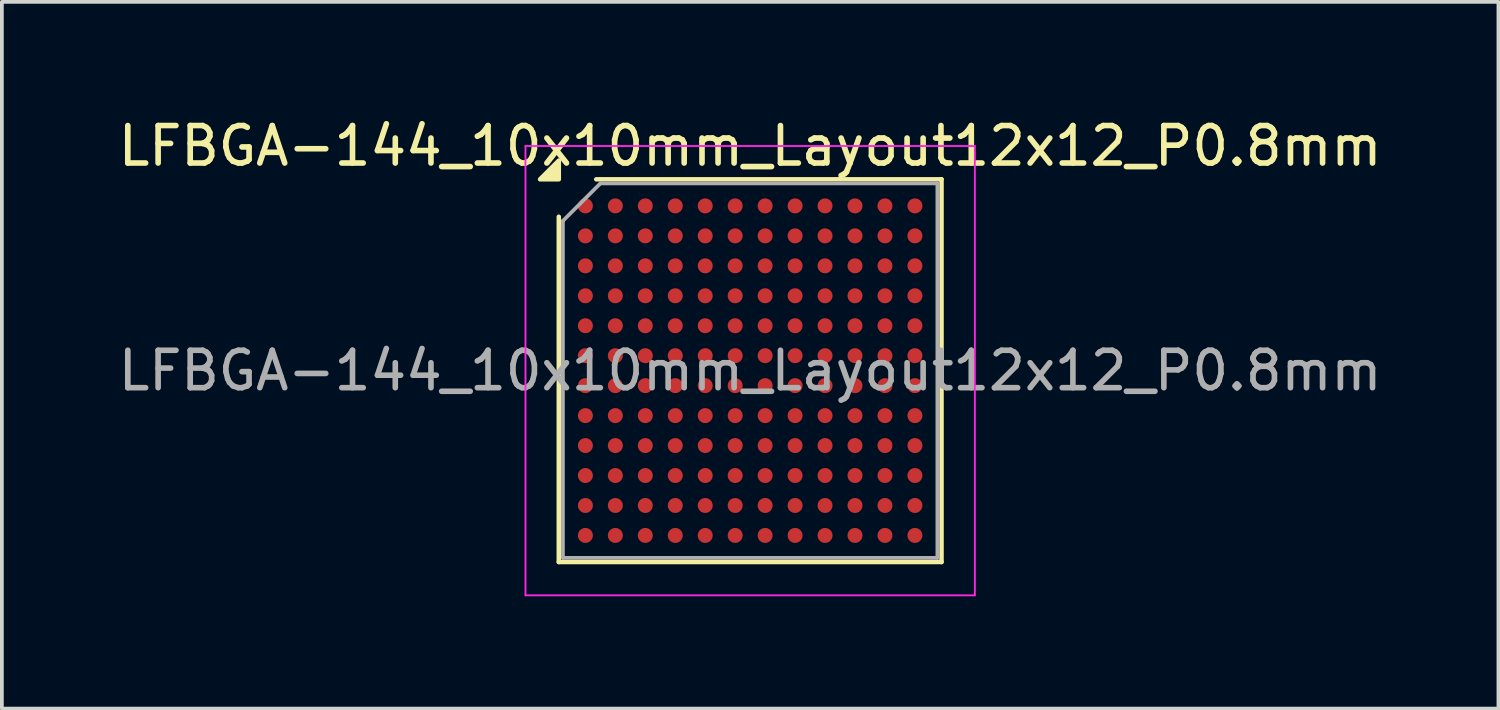
<source format=kicad_pcb>
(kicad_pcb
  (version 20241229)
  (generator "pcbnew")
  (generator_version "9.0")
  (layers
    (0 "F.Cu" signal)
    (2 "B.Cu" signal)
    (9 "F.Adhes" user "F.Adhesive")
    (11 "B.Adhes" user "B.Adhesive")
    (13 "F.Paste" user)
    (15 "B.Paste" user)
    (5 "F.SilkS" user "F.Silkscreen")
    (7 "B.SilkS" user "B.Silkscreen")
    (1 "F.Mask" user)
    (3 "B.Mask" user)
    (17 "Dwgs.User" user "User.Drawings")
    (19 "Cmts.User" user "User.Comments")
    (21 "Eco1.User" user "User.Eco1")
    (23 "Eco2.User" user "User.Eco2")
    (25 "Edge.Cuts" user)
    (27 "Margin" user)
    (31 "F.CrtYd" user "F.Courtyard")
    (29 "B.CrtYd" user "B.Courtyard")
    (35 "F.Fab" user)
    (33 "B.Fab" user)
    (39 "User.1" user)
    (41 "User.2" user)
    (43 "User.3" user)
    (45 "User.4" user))
  (footprint "LFBGA-144_10x10mm_Layout12x12_P0.8mm"
    (layer "F.Cu")
    (at 16.982 6.848)
    (property "Reference" "LFBGA-144_10x10mm_Layout12x12_P0.8mm" (at 0 -6 0) (layer "F.SilkS") (effects (font (size 1 1) (thickness 0.15))))
    (attr smd)
    (fp_line (start -5.11 5.11) (end -5.11 -4.11) (stroke (width 0.12) (type solid)) (layer "F.SilkS"))
    (fp_line (start -4.11 -5.11) (end 5.11 -5.11) (stroke (width 0.12) (type solid)) (layer "F.SilkS"))
    (fp_line (start 5.11 -5.11) (end 5.11 5.11) (stroke (width 0.12) (type solid)) (layer "F.SilkS"))
    (fp_line (start 5.11 5.11) (end -5.11 5.11) (stroke (width 0.12) (type solid)) (layer "F.SilkS"))
    (fp_poly (pts (xy -5.11 -5.11) (xy -5.61 -5.11) (xy -5.11 -5.61) (xy -5.11 -5.11)) (stroke (width 0.12) (type solid)) (fill yes) (layer "F.SilkS"))
    (fp_line (start -6 -6) (end -6 6) (stroke (width 0.05) (type solid)) (layer "F.CrtYd"))
    (fp_line (start -6 6) (end 6 6) (stroke (width 0.05) (type solid)) (layer "F.CrtYd"))
    (fp_line (start 6 -6) (end -6 -6) (stroke (width 0.05) (type solid)) (layer "F.CrtYd"))
    (fp_line (start 6 6) (end 6 -6) (stroke (width 0.05) (type solid)) (layer "F.CrtYd"))
    (fp_line (start -5 -4) (end -4 -5) (stroke (width 0.1) (type solid)) (layer "F.Fab"))
    (fp_line (start -5 5) (end -5 -4) (stroke (width 0.1) (type solid)) (layer "F.Fab"))
    (fp_line (start -4 -5) (end 5 -5) (stroke (width 0.1) (type solid)) (layer "F.Fab"))
    (fp_line (start 5 -5) (end 5 5) (stroke (width 0.1) (type solid)) (layer "F.Fab"))
    (fp_line (start 5 5) (end -5 5) (stroke (width 0.1) (type solid)) (layer "F.Fab"))
    (fp_text user "${REFERENCE}" (at 0 0 0) (layer "F.Fab") (effects (font (size 1 1) (thickness 0.15))))
    (pad "A1" smd circle (at -4.4 -4.4) (size 0.4 0.4) (property pad_prop_bga) (layers "F.Cu" "F.Mask" "F.Paste"))
    (pad "A2" smd circle (at -3.6 -4.4) (size 0.4 0.4) (property pad_prop_bga) (layers "F.Cu" "F.Mask" "F.Paste"))
    (pad "A3" smd circle (at -2.8 -4.4) (size 0.4 0.4) (property pad_prop_bga) (layers "F.Cu" "F.Mask" "F.Paste"))
    (pad "A4" smd circle (at -2 -4.4) (size 0.4 0.4) (property pad_prop_bga) (layers "F.Cu" "F.Mask" "F.Paste"))
    (pad "A5" smd circle (at -1.2 -4.4) (size 0.4 0.4) (property pad_prop_bga) (layers "F.Cu" "F.Mask" "F.Paste"))
    (pad "A6" smd circle (at -0.4 -4.4) (size 0.4 0.4) (property pad_prop_bga) (layers "F.Cu" "F.Mask" "F.Paste"))
    (pad "A7" smd circle (at 0.4 -4.4) (size 0.4 0.4) (property pad_prop_bga) (layers "F.Cu" "F.Mask" "F.Paste"))
    (pad "A8" smd circle (at 1.2 -4.4) (size 0.4 0.4) (property pad_prop_bga) (layers "F.Cu" "F.Mask" "F.Paste"))
    (pad "A9" smd circle (at 2 -4.4) (size 0.4 0.4) (property pad_prop_bga) (layers "F.Cu" "F.Mask" "F.Paste"))
    (pad "A10" smd circle (at 2.8 -4.4) (size 0.4 0.4) (property pad_prop_bga) (layers "F.Cu" "F.Mask" "F.Paste"))
    (pad "A11" smd circle (at 3.6 -4.4) (size 0.4 0.4) (property pad_prop_bga) (layers "F.Cu" "F.Mask" "F.Paste"))
    (pad "A12" smd circle (at 4.4 -4.4) (size 0.4 0.4) (property pad_prop_bga) (layers "F.Cu" "F.Mask" "F.Paste"))
    (pad "B1" smd circle (at -4.4 -3.6) (size 0.4 0.4) (property pad_prop_bga) (layers "F.Cu" "F.Mask" "F.Paste"))
    (pad "B2" smd circle (at -3.6 -3.6) (size 0.4 0.4) (property pad_prop_bga) (layers "F.Cu" "F.Mask" "F.Paste"))
    (pad "B3" smd circle (at -2.8 -3.6) (size 0.4 0.4) (property pad_prop_bga) (layers "F.Cu" "F.Mask" "F.Paste"))
    (pad "B4" smd circle (at -2 -3.6) (size 0.4 0.4) (property pad_prop_bga) (layers "F.Cu" "F.Mask" "F.Paste"))
    (pad "B5" smd circle (at -1.2 -3.6) (size 0.4 0.4) (property pad_prop_bga) (layers "F.Cu" "F.Mask" "F.Paste"))
    (pad "B6" smd circle (at -0.4 -3.6) (size 0.4 0.4) (property pad_prop_bga) (layers "F.Cu" "F.Mask" "F.Paste"))
    (pad "B7" smd circle (at 0.4 -3.6) (size 0.4 0.4) (property pad_prop_bga) (layers "F.Cu" "F.Mask" "F.Paste"))
    (pad "B8" smd circle (at 1.2 -3.6) (size 0.4 0.4) (property pad_prop_bga) (layers "F.Cu" "F.Mask" "F.Paste"))
    (pad "B9" smd circle (at 2 -3.6) (size 0.4 0.4) (property pad_prop_bga) (layers "F.Cu" "F.Mask" "F.Paste"))
    (pad "B10" smd circle (at 2.8 -3.6) (size 0.4 0.4) (property pad_prop_bga) (layers "F.Cu" "F.Mask" "F.Paste"))
    (pad "B11" smd circle (at 3.6 -3.6) (size 0.4 0.4) (property pad_prop_bga) (layers "F.Cu" "F.Mask" "F.Paste"))
    (pad "B12" smd circle (at 4.4 -3.6) (size 0.4 0.4) (property pad_prop_bga) (layers "F.Cu" "F.Mask" "F.Paste"))
    (pad "C1" smd circle (at -4.4 -2.8) (size 0.4 0.4) (property pad_prop_bga) (layers "F.Cu" "F.Mask" "F.Paste"))
    (pad "C2" smd circle (at -3.6 -2.8) (size 0.4 0.4) (property pad_prop_bga) (layers "F.Cu" "F.Mask" "F.Paste"))
    (pad "C3" smd circle (at -2.8 -2.8) (size 0.4 0.4) (property pad_prop_bga) (layers "F.Cu" "F.Mask" "F.Paste"))
    (pad "C4" smd circle (at -2 -2.8) (size 0.4 0.4) (property pad_prop_bga) (layers "F.Cu" "F.Mask" "F.Paste"))
    (pad "C5" smd circle (at -1.2 -2.8) (size 0.4 0.4) (property pad_prop_bga) (layers "F.Cu" "F.Mask" "F.Paste"))
    (pad "C6" smd circle (at -0.4 -2.8) (size 0.4 0.4) (property pad_prop_bga) (layers "F.Cu" "F.Mask" "F.Paste"))
    (pad "C7" smd circle (at 0.4 -2.8) (size 0.4 0.4) (property pad_prop_bga) (layers "F.Cu" "F.Mask" "F.Paste"))
    (pad "C8" smd circle (at 1.2 -2.8) (size 0.4 0.4) (property pad_prop_bga) (layers "F.Cu" "F.Mask" "F.Paste"))
    (pad "C9" smd circle (at 2 -2.8) (size 0.4 0.4) (property pad_prop_bga) (layers "F.Cu" "F.Mask" "F.Paste"))
    (pad "C10" smd circle (at 2.8 -2.8) (size 0.4 0.4) (property pad_prop_bga) (layers "F.Cu" "F.Mask" "F.Paste"))
    (pad "C11" smd circle (at 3.6 -2.8) (size 0.4 0.4) (property pad_prop_bga) (layers "F.Cu" "F.Mask" "F.Paste"))
    (pad "C12" smd circle (at 4.4 -2.8) (size 0.4 0.4) (property pad_prop_bga) (layers "F.Cu" "F.Mask" "F.Paste"))
    (pad "D1" smd circle (at -4.4 -2) (size 0.4 0.4) (property pad_prop_bga) (layers "F.Cu" "F.Mask" "F.Paste"))
    (pad "D2" smd circle (at -3.6 -2) (size 0.4 0.4) (property pad_prop_bga) (layers "F.Cu" "F.Mask" "F.Paste"))
    (pad "D3" smd circle (at -2.8 -2) (size 0.4 0.4) (property pad_prop_bga) (layers "F.Cu" "F.Mask" "F.Paste"))
    (pad "D4" smd circle (at -2 -2) (size 0.4 0.4) (property pad_prop_bga) (layers "F.Cu" "F.Mask" "F.Paste"))
    (pad "D5" smd circle (at -1.2 -2) (size 0.4 0.4) (property pad_prop_bga) (layers "F.Cu" "F.Mask" "F.Paste"))
    (pad "D6" smd circle (at -0.4 -2) (size 0.4 0.4) (property pad_prop_bga) (layers "F.Cu" "F.Mask" "F.Paste"))
    (pad "D7" smd circle (at 0.4 -2) (size 0.4 0.4) (property pad_prop_bga) (layers "F.Cu" "F.Mask" "F.Paste"))
    (pad "D8" smd circle (at 1.2 -2) (size 0.4 0.4) (property pad_prop_bga) (layers "F.Cu" "F.Mask" "F.Paste"))
    (pad "D9" smd circle (at 2 -2) (size 0.4 0.4) (property pad_prop_bga) (layers "F.Cu" "F.Mask" "F.Paste"))
    (pad "D10" smd circle (at 2.8 -2) (size 0.4 0.4) (property pad_prop_bga) (layers "F.Cu" "F.Mask" "F.Paste"))
    (pad "D11" smd circle (at 3.6 -2) (size 0.4 0.4) (property pad_prop_bga) (layers "F.Cu" "F.Mask" "F.Paste"))
    (pad "D12" smd circle (at 4.4 -2) (size 0.4 0.4) (property pad_prop_bga) (layers "F.Cu" "F.Mask" "F.Paste"))
    (pad "E1" smd circle (at -4.4 -1.2) (size 0.4 0.4) (property pad_prop_bga) (layers "F.Cu" "F.Mask" "F.Paste"))
    (pad "E2" smd circle (at -3.6 -1.2) (size 0.4 0.4) (property pad_prop_bga) (layers "F.Cu" "F.Mask" "F.Paste"))
    (pad "E3" smd circle (at -2.8 -1.2) (size 0.4 0.4) (property pad_prop_bga) (layers "F.Cu" "F.Mask" "F.Paste"))
    (pad "E4" smd circle (at -2 -1.2) (size 0.4 0.4) (property pad_prop_bga) (layers "F.Cu" "F.Mask" "F.Paste"))
    (pad "E5" smd circle (at -1.2 -1.2) (size 0.4 0.4) (property pad_prop_bga) (layers "F.Cu" "F.Mask" "F.Paste"))
    (pad "E6" smd circle (at -0.4 -1.2) (size 0.4 0.4) (property pad_prop_bga) (layers "F.Cu" "F.Mask" "F.Paste"))
    (pad "E7" smd circle (at 0.4 -1.2) (size 0.4 0.4) (property pad_prop_bga) (layers "F.Cu" "F.Mask" "F.Paste"))
    (pad "E8" smd circle (at 1.2 -1.2) (size 0.4 0.4) (property pad_prop_bga) (layers "F.Cu" "F.Mask" "F.Paste"))
    (pad "E9" smd circle (at 2 -1.2) (size 0.4 0.4) (property pad_prop_bga) (layers "F.Cu" "F.Mask" "F.Paste"))
    (pad "E10" smd circle (at 2.8 -1.2) (size 0.4 0.4) (property pad_prop_bga) (layers "F.Cu" "F.Mask" "F.Paste"))
    (pad "E11" smd circle (at 3.6 -1.2) (size 0.4 0.4) (property pad_prop_bga) (layers "F.Cu" "F.Mask" "F.Paste"))
    (pad "E12" smd circle (at 4.4 -1.2) (size 0.4 0.4) (property pad_prop_bga) (layers "F.Cu" "F.Mask" "F.Paste"))
    (pad "F1" smd circle (at -4.4 -0.4) (size 0.4 0.4) (property pad_prop_bga) (layers "F.Cu" "F.Mask" "F.Paste"))
    (pad "F2" smd circle (at -3.6 -0.4) (size 0.4 0.4) (property pad_prop_bga) (layers "F.Cu" "F.Mask" "F.Paste"))
    (pad "F3" smd circle (at -2.8 -0.4) (size 0.4 0.4) (property pad_prop_bga) (layers "F.Cu" "F.Mask" "F.Paste"))
    (pad "F4" smd circle (at -2 -0.4) (size 0.4 0.4) (property pad_prop_bga) (layers "F.Cu" "F.Mask" "F.Paste"))
    (pad "F5" smd circle (at -1.2 -0.4) (size 0.4 0.4) (property pad_prop_bga) (layers "F.Cu" "F.Mask" "F.Paste"))
    (pad "F6" smd circle (at -0.4 -0.4) (size 0.4 0.4) (property pad_prop_bga) (layers "F.Cu" "F.Mask" "F.Paste"))
    (pad "F7" smd circle (at 0.4 -0.4) (size 0.4 0.4) (property pad_prop_bga) (layers "F.Cu" "F.Mask" "F.Paste"))
    (pad "F8" smd circle (at 1.2 -0.4) (size 0.4 0.4) (property pad_prop_bga) (layers "F.Cu" "F.Mask" "F.Paste"))
    (pad "F9" smd circle (at 2 -0.4) (size 0.4 0.4) (property pad_prop_bga) (layers "F.Cu" "F.Mask" "F.Paste"))
    (pad "F10" smd circle (at 2.8 -0.4) (size 0.4 0.4) (property pad_prop_bga) (layers "F.Cu" "F.Mask" "F.Paste"))
    (pad "F11" smd circle (at 3.6 -0.4) (size 0.4 0.4) (property pad_prop_bga) (layers "F.Cu" "F.Mask" "F.Paste"))
    (pad "F12" smd circle (at 4.4 -0.4) (size 0.4 0.4) (property pad_prop_bga) (layers "F.Cu" "F.Mask" "F.Paste"))
    (pad "G1" smd circle (at -4.4 0.4) (size 0.4 0.4) (property pad_prop_bga) (layers "F.Cu" "F.Mask" "F.Paste"))
    (pad "G2" smd circle (at -3.6 0.4) (size 0.4 0.4) (property pad_prop_bga) (layers "F.Cu" "F.Mask" "F.Paste"))
    (pad "G3" smd circle (at -2.8 0.4) (size 0.4 0.4) (property pad_prop_bga) (layers "F.Cu" "F.Mask" "F.Paste"))
    (pad "G4" smd circle (at -2 0.4) (size 0.4 0.4) (property pad_prop_bga) (layers "F.Cu" "F.Mask" "F.Paste"))
    (pad "G5" smd circle (at -1.2 0.4) (size 0.4 0.4) (property pad_prop_bga) (layers "F.Cu" "F.Mask" "F.Paste"))
    (pad "G6" smd circle (at -0.4 0.4) (size 0.4 0.4) (property pad_prop_bga) (layers "F.Cu" "F.Mask" "F.Paste"))
    (pad "G7" smd circle (at 0.4 0.4) (size 0.4 0.4) (property pad_prop_bga) (layers "F.Cu" "F.Mask" "F.Paste"))
    (pad "G8" smd circle (at 1.2 0.4) (size 0.4 0.4) (property pad_prop_bga) (layers "F.Cu" "F.Mask" "F.Paste"))
    (pad "G9" smd circle (at 2 0.4) (size 0.4 0.4) (property pad_prop_bga) (layers "F.Cu" "F.Mask" "F.Paste"))
    (pad "G10" smd circle (at 2.8 0.4) (size 0.4 0.4) (property pad_prop_bga) (layers "F.Cu" "F.Mask" "F.Paste"))
    (pad "G11" smd circle (at 3.6 0.4) (size 0.4 0.4) (property pad_prop_bga) (layers "F.Cu" "F.Mask" "F.Paste"))
    (pad "G12" smd circle (at 4.4 0.4) (size 0.4 0.4) (property pad_prop_bga) (layers "F.Cu" "F.Mask" "F.Paste"))
    (pad "H1" smd circle (at -4.4 1.2) (size 0.4 0.4) (property pad_prop_bga) (layers "F.Cu" "F.Mask" "F.Paste"))
    (pad "H2" smd circle (at -3.6 1.2) (size 0.4 0.4) (property pad_prop_bga) (layers "F.Cu" "F.Mask" "F.Paste"))
    (pad "H3" smd circle (at -2.8 1.2) (size 0.4 0.4) (property pad_prop_bga) (layers "F.Cu" "F.Mask" "F.Paste"))
    (pad "H4" smd circle (at -2 1.2) (size 0.4 0.4) (property pad_prop_bga) (layers "F.Cu" "F.Mask" "F.Paste"))
    (pad "H5" smd circle (at -1.2 1.2) (size 0.4 0.4) (property pad_prop_bga) (layers "F.Cu" "F.Mask" "F.Paste"))
    (pad "H6" smd circle (at -0.4 1.2) (size 0.4 0.4) (property pad_prop_bga) (layers "F.Cu" "F.Mask" "F.Paste"))
    (pad "H7" smd circle (at 0.4 1.2) (size 0.4 0.4) (property pad_prop_bga) (layers "F.Cu" "F.Mask" "F.Paste"))
    (pad "H8" smd circle (at 1.2 1.2) (size 0.4 0.4) (property pad_prop_bga) (layers "F.Cu" "F.Mask" "F.Paste"))
    (pad "H9" smd circle (at 2 1.2) (size 0.4 0.4) (property pad_prop_bga) (layers "F.Cu" "F.Mask" "F.Paste"))
    (pad "H10" smd circle (at 2.8 1.2) (size 0.4 0.4) (property pad_prop_bga) (layers "F.Cu" "F.Mask" "F.Paste"))
    (pad "H11" smd circle (at 3.6 1.2) (size 0.4 0.4) (property pad_prop_bga) (layers "F.Cu" "F.Mask" "F.Paste"))
    (pad "H12" smd circle (at 4.4 1.2) (size 0.4 0.4) (property pad_prop_bga) (layers "F.Cu" "F.Mask" "F.Paste"))
    (pad "J1" smd circle (at -4.4 2) (size 0.4 0.4) (property pad_prop_bga) (layers "F.Cu" "F.Mask" "F.Paste"))
    (pad "J2" smd circle (at -3.6 2) (size 0.4 0.4) (property pad_prop_bga) (layers "F.Cu" "F.Mask" "F.Paste"))
    (pad "J3" smd circle (at -2.8 2) (size 0.4 0.4) (property pad_prop_bga) (layers "F.Cu" "F.Mask" "F.Paste"))
    (pad "J4" smd circle (at -2 2) (size 0.4 0.4) (property pad_prop_bga) (layers "F.Cu" "F.Mask" "F.Paste"))
    (pad "J5" smd circle (at -1.2 2) (size 0.4 0.4) (property pad_prop_bga) (layers "F.Cu" "F.Mask" "F.Paste"))
    (pad "J6" smd circle (at -0.4 2) (size 0.4 0.4) (property pad_prop_bga) (layers "F.Cu" "F.Mask" "F.Paste"))
    (pad "J7" smd circle (at 0.4 2) (size 0.4 0.4) (property pad_prop_bga) (layers "F.Cu" "F.Mask" "F.Paste"))
    (pad "J8" smd circle (at 1.2 2) (size 0.4 0.4) (property pad_prop_bga) (layers "F.Cu" "F.Mask" "F.Paste"))
    (pad "J9" smd circle (at 2 2) (size 0.4 0.4) (property pad_prop_bga) (layers "F.Cu" "F.Mask" "F.Paste"))
    (pad "J10" smd circle (at 2.8 2) (size 0.4 0.4) (property pad_prop_bga) (layers "F.Cu" "F.Mask" "F.Paste"))
    (pad "J11" smd circle (at 3.6 2) (size 0.4 0.4) (property pad_prop_bga) (layers "F.Cu" "F.Mask" "F.Paste"))
    (pad "J12" smd circle (at 4.4 2) (size 0.4 0.4) (property pad_prop_bga) (layers "F.Cu" "F.Mask" "F.Paste"))
    (pad "K1" smd circle (at -4.4 2.8) (size 0.4 0.4) (property pad_prop_bga) (layers "F.Cu" "F.Mask" "F.Paste"))
    (pad "K2" smd circle (at -3.6 2.8) (size 0.4 0.4) (property pad_prop_bga) (layers "F.Cu" "F.Mask" "F.Paste"))
    (pad "K3" smd circle (at -2.8 2.8) (size 0.4 0.4) (property pad_prop_bga) (layers "F.Cu" "F.Mask" "F.Paste"))
    (pad "K4" smd circle (at -2 2.8) (size 0.4 0.4) (property pad_prop_bga) (layers "F.Cu" "F.Mask" "F.Paste"))
    (pad "K5" smd circle (at -1.2 2.8) (size 0.4 0.4) (property pad_prop_bga) (layers "F.Cu" "F.Mask" "F.Paste"))
    (pad "K6" smd circle (at -0.4 2.8) (size 0.4 0.4) (property pad_prop_bga) (layers "F.Cu" "F.Mask" "F.Paste"))
    (pad "K7" smd circle (at 0.4 2.8) (size 0.4 0.4) (property pad_prop_bga) (layers "F.Cu" "F.Mask" "F.Paste"))
    (pad "K8" smd circle (at 1.2 2.8) (size 0.4 0.4) (property pad_prop_bga) (layers "F.Cu" "F.Mask" "F.Paste"))
    (pad "K9" smd circle (at 2 2.8) (size 0.4 0.4) (property pad_prop_bga) (layers "F.Cu" "F.Mask" "F.Paste"))
    (pad "K10" smd circle (at 2.8 2.8) (size 0.4 0.4) (property pad_prop_bga) (layers "F.Cu" "F.Mask" "F.Paste"))
    (pad "K11" smd circle (at 3.6 2.8) (size 0.4 0.4) (property pad_prop_bga) (layers "F.Cu" "F.Mask" "F.Paste"))
    (pad "K12" smd circle (at 4.4 2.8) (size 0.4 0.4) (property pad_prop_bga) (layers "F.Cu" "F.Mask" "F.Paste"))
    (pad "L1" smd circle (at -4.4 3.6) (size 0.4 0.4) (property pad_prop_bga) (layers "F.Cu" "F.Mask" "F.Paste"))
    (pad "L2" smd circle (at -3.6 3.6) (size 0.4 0.4) (property pad_prop_bga) (layers "F.Cu" "F.Mask" "F.Paste"))
    (pad "L3" smd circle (at -2.8 3.6) (size 0.4 0.4) (property pad_prop_bga) (layers "F.Cu" "F.Mask" "F.Paste"))
    (pad "L4" smd circle (at -2 3.6) (size 0.4 0.4) (property pad_prop_bga) (layers "F.Cu" "F.Mask" "F.Paste"))
    (pad "L5" smd circle (at -1.2 3.6) (size 0.4 0.4) (property pad_prop_bga) (layers "F.Cu" "F.Mask" "F.Paste"))
    (pad "L6" smd circle (at -0.4 3.6) (size 0.4 0.4) (property pad_prop_bga) (layers "F.Cu" "F.Mask" "F.Paste"))
    (pad "L7" smd circle (at 0.4 3.6) (size 0.4 0.4) (property pad_prop_bga) (layers "F.Cu" "F.Mask" "F.Paste"))
    (pad "L8" smd circle (at 1.2 3.6) (size 0.4 0.4) (property pad_prop_bga) (layers "F.Cu" "F.Mask" "F.Paste"))
    (pad "L9" smd circle (at 2 3.6) (size 0.4 0.4) (property pad_prop_bga) (layers "F.Cu" "F.Mask" "F.Paste"))
    (pad "L10" smd circle (at 2.8 3.6) (size 0.4 0.4) (property pad_prop_bga) (layers "F.Cu" "F.Mask" "F.Paste"))
    (pad "L11" smd circle (at 3.6 3.6) (size 0.4 0.4) (property pad_prop_bga) (layers "F.Cu" "F.Mask" "F.Paste"))
    (pad "L12" smd circle (at 4.4 3.6) (size 0.4 0.4) (property pad_prop_bga) (layers "F.Cu" "F.Mask" "F.Paste"))
    (pad "M1" smd circle (at -4.4 4.4) (size 0.4 0.4) (property pad_prop_bga) (layers "F.Cu" "F.Mask" "F.Paste"))
    (pad "M2" smd circle (at -3.6 4.4) (size 0.4 0.4) (property pad_prop_bga) (layers "F.Cu" "F.Mask" "F.Paste"))
    (pad "M3" smd circle (at -2.8 4.4) (size 0.4 0.4) (property pad_prop_bga) (layers "F.Cu" "F.Mask" "F.Paste"))
    (pad "M4" smd circle (at -2 4.4) (size 0.4 0.4) (property pad_prop_bga) (layers "F.Cu" "F.Mask" "F.Paste"))
    (pad "M5" smd circle (at -1.2 4.4) (size 0.4 0.4) (property pad_prop_bga) (layers "F.Cu" "F.Mask" "F.Paste"))
    (pad "M6" smd circle (at -0.4 4.4) (size 0.4 0.4) (property pad_prop_bga) (layers "F.Cu" "F.Mask" "F.Paste"))
    (pad "M7" smd circle (at 0.4 4.4) (size 0.4 0.4) (property pad_prop_bga) (layers "F.Cu" "F.Mask" "F.Paste"))
    (pad "M8" smd circle (at 1.2 4.4) (size 0.4 0.4) (property pad_prop_bga) (layers "F.Cu" "F.Mask" "F.Paste"))
    (pad "M9" smd circle (at 2 4.4) (size 0.4 0.4) (property pad_prop_bga) (layers "F.Cu" "F.Mask" "F.Paste"))
    (pad "M10" smd circle (at 2.8 4.4) (size 0.4 0.4) (property pad_prop_bga) (layers "F.Cu" "F.Mask" "F.Paste"))
    (pad "M11" smd circle (at 3.6 4.4) (size 0.4 0.4) (property pad_prop_bga) (layers "F.Cu" "F.Mask" "F.Paste"))
    (pad "M12" smd circle (at 4.4 4.4) (size 0.4 0.4) (property pad_prop_bga) (layers "F.Cu" "F.Mask" "F.Paste")))
  (gr_rect
    (start -3 -3)
    (end 36.964 15.873)
    (stroke (width 0.1) (type default))
    (fill no)
    (layer "Edge.Cuts")))
</source>
